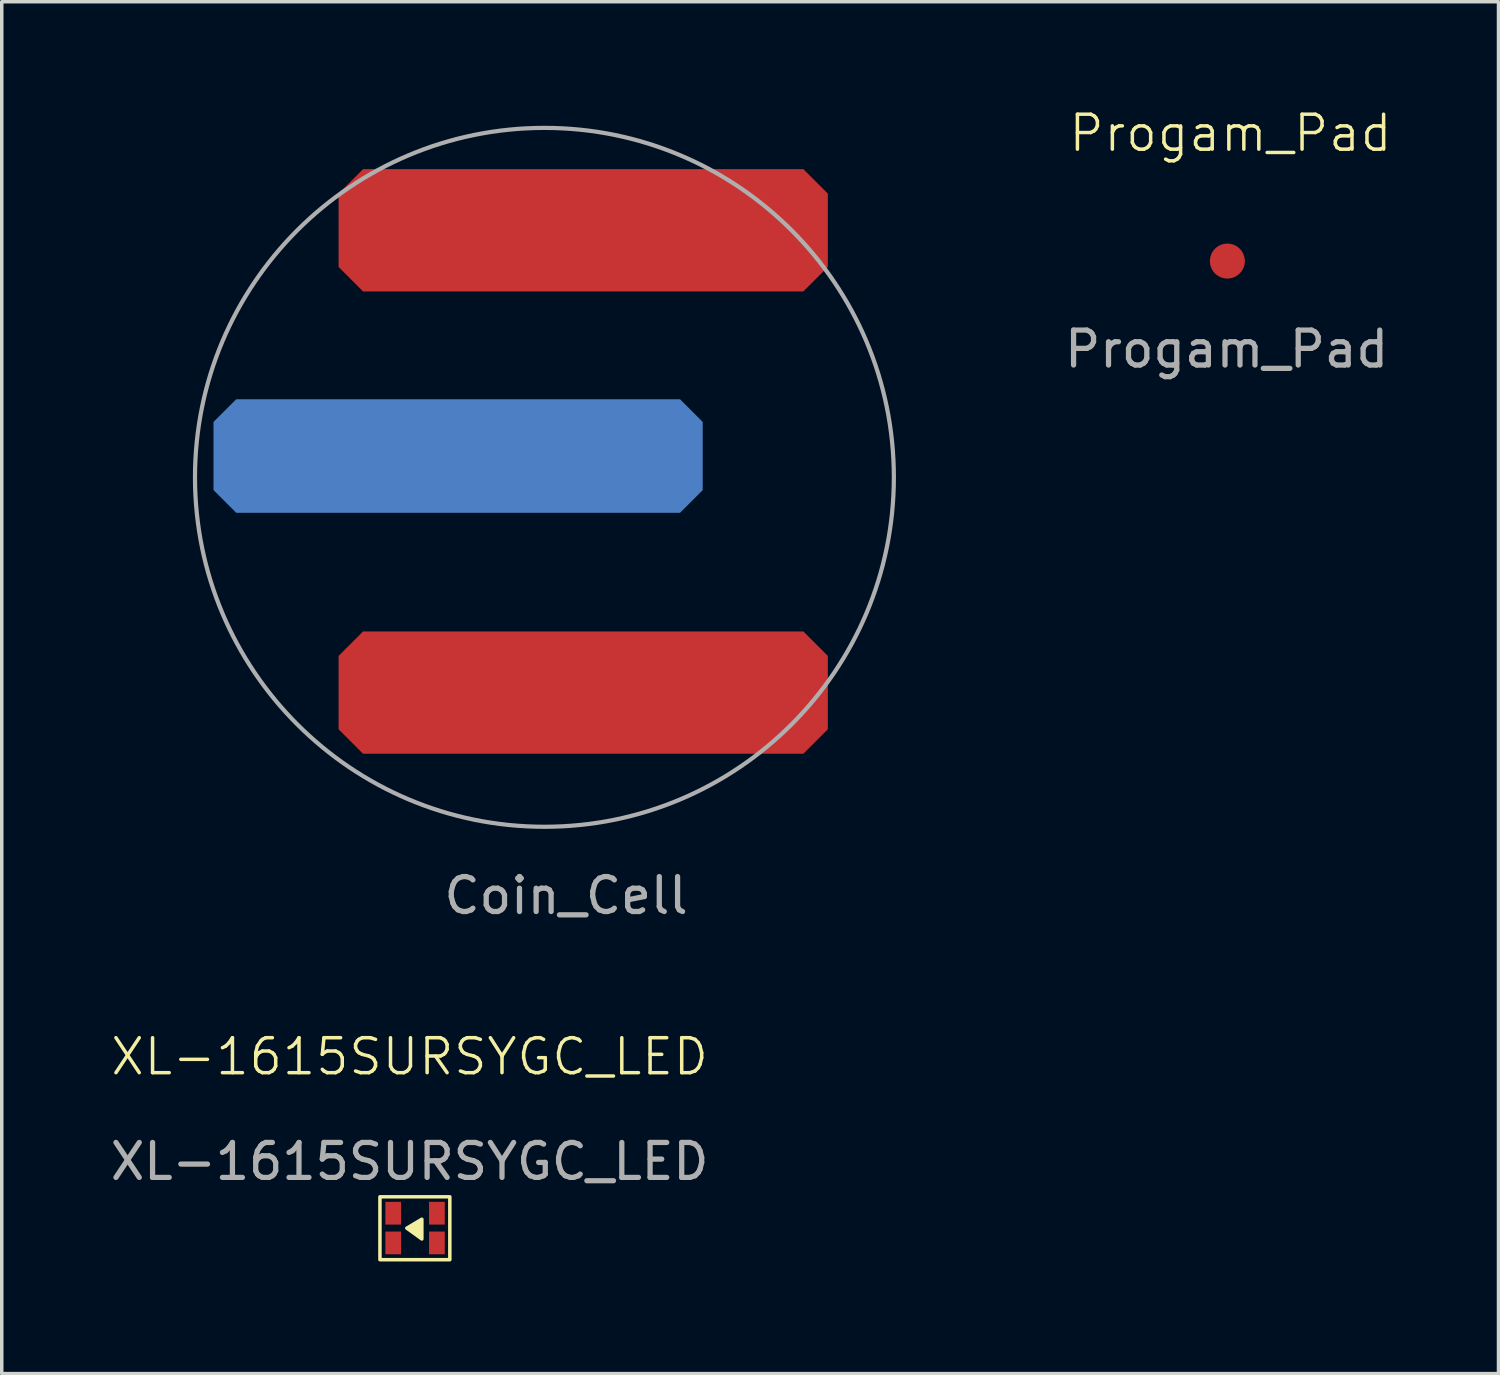
<source format=kicad_pcb>
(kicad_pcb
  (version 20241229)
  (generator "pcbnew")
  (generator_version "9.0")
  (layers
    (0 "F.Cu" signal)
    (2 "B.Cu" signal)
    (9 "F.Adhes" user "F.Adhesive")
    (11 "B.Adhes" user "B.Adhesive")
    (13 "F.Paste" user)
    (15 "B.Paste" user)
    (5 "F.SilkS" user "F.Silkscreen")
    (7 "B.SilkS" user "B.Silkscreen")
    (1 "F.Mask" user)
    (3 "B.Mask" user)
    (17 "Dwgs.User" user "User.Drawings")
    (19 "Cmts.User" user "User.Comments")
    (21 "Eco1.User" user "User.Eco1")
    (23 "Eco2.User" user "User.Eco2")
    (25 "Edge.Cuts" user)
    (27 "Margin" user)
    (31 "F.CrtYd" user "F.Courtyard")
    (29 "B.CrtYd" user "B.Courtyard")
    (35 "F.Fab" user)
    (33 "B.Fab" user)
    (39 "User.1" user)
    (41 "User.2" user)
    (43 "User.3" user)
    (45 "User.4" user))
  (footprint "Coin_Cell"
    (layer "F.Cu")
    (at 0.25 21.09)
    (property "Reference" "Coin_Cell" (at 12.9 1.49 180) (layer "F.Fab") (effects (font (size 1 1) (thickness 0.15))))
    (attr through_hole)
    (fp_circle (center 12.28 -10.48) (end 22.28 -10.48) (stroke (width 0.12) (type solid)) (fill no) (layer "F.Fab"))
    (fp_rect (start 17.3 -9.11) (end 0.01 -13.11) (stroke (width 0.1) (type default)) (fill no) (layer "User.1"))
    (fp_rect (start 24 -2.32) (end 6 -6.32) (stroke (width 0.1) (type default)) (fill no) (layer "User.1"))
    (fp_rect (start 24 -0.04) (end 0 -21.04) (stroke (width 0.1) (type default)) (fill no) (layer "User.1"))
    (fp_rect (start 24.01 -15.55) (end 6 -19.55) (stroke (width 0.1) (type default)) (fill no) (layer "User.1"))
    (pad "1" smd roundrect (at 9.81 -11.09) (size 14 3.25) (layers "B.Cu" "B.Mask" "B.Paste") (roundrect_rratio 0) (chamfer_ratio 0.2) (chamfer top_left top_right bottom_left bottom_right))
    (pad "2" smd roundrect (at 13.39 -17.55) (size 14 3.5) (layers "F.Cu" "F.Mask" "F.Paste") (roundrect_rratio 0) (chamfer_ratio 0.2) (chamfer top_left top_right bottom_left bottom_right))
    (pad "2" smd roundrect (at 13.39 -4.32) (size 14 3.5) (layers "F.Cu" "F.Mask" "F.Paste") (roundrect_rratio 0) (chamfer_ratio 0.2) (chamfer top_left top_right bottom_left bottom_right)))
  (footprint "XL-1615SURSYGC_LED"
    (layer "F.Cu")
    (at 7.813 33.009)
    (property "Reference" "XL-1615SURSYGC_LED" (at 0.86 -5.82 0) (unlocked yes) (layer "F.SilkS") (effects (font (size 1 1) (thickness 0.1))))
    (attr smd)
    (fp_rect (start 0.01 -0.01) (end 2.01 -1.81) (stroke (width 0.1) (type default)) (fill no) (layer "F.SilkS"))
    (fp_poly (pts (xy 0.779 -0.913) (xy 1.209 -1.168) (xy 1.209 -0.603)) (stroke (width 0.1) (type solid)) (fill yes) (layer "F.SilkS"))
    (fp_text user "${REFERENCE}" (at 0.86 -2.82 0) (unlocked yes) (layer "F.Fab") (effects (font (size 1 1) (thickness 0.15))))
    (pad "1" smd rect (at 0.39 -1.34) (size 0.45 0.65) (layers "F.Cu" "F.Mask" "F.Paste"))
    (pad "2" smd rect (at 1.64 -1.34) (size 0.45 0.65) (layers "F.Cu" "F.Mask" "F.Paste"))
    (pad "3" smd rect (at 0.39 -0.49) (size 0.45 0.65) (layers "F.Cu" "F.Mask" "F.Paste"))
    (pad "4" smd rect (at 1.64 -0.49) (size 0.45 0.65) (layers "F.Cu" "F.Mask" "F.Paste")))
  (footprint "Progam_Pad"
    (layer "F.Cu")
    (at 32.054 4.441)
    (property "Reference" "Progam_Pad" (at 0.11 -3.68 0) (unlocked yes) (layer "F.SilkS") (effects (font (size 1 1) (thickness 0.1))))
    (attr smd)
    (fp_text user "${REFERENCE}" (at 0 2.5 0) (unlocked yes) (layer "F.Fab") (effects (font (size 1 1) (thickness 0.15))))
    (pad "1" smd oval (at 0.02 -0.02) (size 1 1) (layers "F.Cu" "F.Mask" "F.Paste")))
  (gr_rect
    (start -3 -3)
    (end 39.833 36.259)
    (stroke (width 0.1) (type default))
    (fill no)
    (layer "Edge.Cuts")))
</source>
